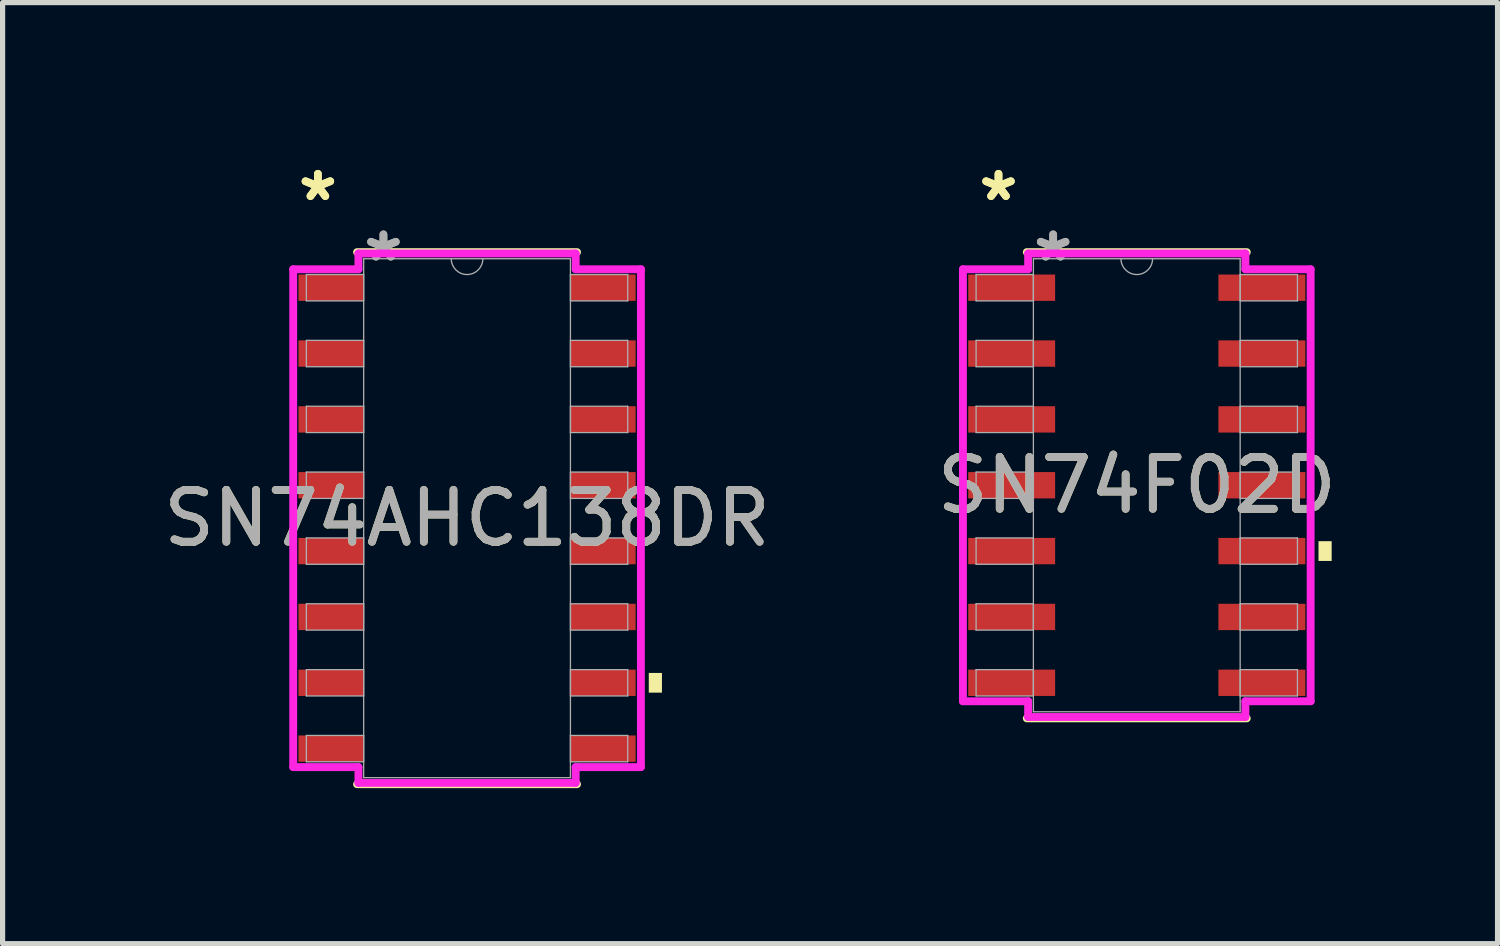
<source format=kicad_pcb>
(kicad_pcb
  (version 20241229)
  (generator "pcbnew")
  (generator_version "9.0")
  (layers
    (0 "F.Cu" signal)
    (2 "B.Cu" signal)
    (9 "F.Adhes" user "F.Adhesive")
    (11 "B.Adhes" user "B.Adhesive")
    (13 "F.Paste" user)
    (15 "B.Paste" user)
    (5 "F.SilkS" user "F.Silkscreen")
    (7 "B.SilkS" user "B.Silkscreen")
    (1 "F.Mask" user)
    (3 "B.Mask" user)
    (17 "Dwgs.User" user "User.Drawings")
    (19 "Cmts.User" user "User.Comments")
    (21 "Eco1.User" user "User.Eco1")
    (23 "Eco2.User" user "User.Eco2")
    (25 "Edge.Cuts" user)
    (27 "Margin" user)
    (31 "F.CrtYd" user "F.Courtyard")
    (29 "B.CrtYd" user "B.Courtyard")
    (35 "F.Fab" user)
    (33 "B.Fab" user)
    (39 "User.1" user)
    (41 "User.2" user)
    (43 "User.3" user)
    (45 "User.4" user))
  (footprint "SN74AHC138DR"
    (layer "F.Cu")
    (at 5.958 6.944)
    (property "Reference" "SN74AHC138DR" (at 0 0 0) (unlocked yes) (layer "F.SilkS") (effects (font (size 1 1) (thickness 0.15))))
    (attr smd)
    (fp_line (start -2.121 5.131) (end 2.121 5.131) (stroke (width 0.152) (type solid)) (layer "F.SilkS"))
    (fp_line (start 2.121 -5.131) (end -2.121 -5.131) (stroke (width 0.152) (type solid)) (layer "F.SilkS"))
    (fp_poly (pts (xy 3.759 2.985) (xy 3.759 3.365) (xy 3.505 3.365) (xy 3.505 2.985)) (stroke (width 0) (type solid)) (fill yes) (layer "F.SilkS"))
    (fp_line (start -3.353 -4.801) (end -2.095 -4.801) (stroke (width 0.152) (type solid)) (layer "F.CrtYd"))
    (fp_line (start -3.353 4.801) (end -3.353 -4.801) (stroke (width 0.152) (type solid)) (layer "F.CrtYd"))
    (fp_line (start -3.353 4.801) (end -2.095 4.801) (stroke (width 0.152) (type solid)) (layer "F.CrtYd"))
    (fp_line (start -2.095 -5.105) (end 2.095 -5.105) (stroke (width 0.152) (type solid)) (layer "F.CrtYd"))
    (fp_line (start -2.095 -4.801) (end -2.095 -5.105) (stroke (width 0.152) (type solid)) (layer "F.CrtYd"))
    (fp_line (start -2.095 5.105) (end -2.095 4.801) (stroke (width 0.152) (type solid)) (layer "F.CrtYd"))
    (fp_line (start 2.095 -5.105) (end 2.095 -4.801) (stroke (width 0.152) (type solid)) (layer "F.CrtYd"))
    (fp_line (start 2.095 4.801) (end 2.095 5.105) (stroke (width 0.152) (type solid)) (layer "F.CrtYd"))
    (fp_line (start 2.095 5.105) (end -2.095 5.105) (stroke (width 0.152) (type solid)) (layer "F.CrtYd"))
    (fp_line (start 3.353 -4.801) (end 2.095 -4.801) (stroke (width 0.152) (type solid)) (layer "F.CrtYd"))
    (fp_line (start 3.353 -4.801) (end 3.353 4.801) (stroke (width 0.152) (type solid)) (layer "F.CrtYd"))
    (fp_line (start 3.353 4.801) (end 2.095 4.801) (stroke (width 0.152) (type solid)) (layer "F.CrtYd"))
    (fp_line (start -3.099 -4.699) (end -3.099 -4.191) (stroke (width 0.025) (type solid)) (layer "F.Fab"))
    (fp_line (start -3.099 -4.191) (end -1.994 -4.191) (stroke (width 0.025) (type solid)) (layer "F.Fab"))
    (fp_line (start -3.099 -3.429) (end -3.099 -2.921) (stroke (width 0.025) (type solid)) (layer "F.Fab"))
    (fp_line (start -3.099 -2.921) (end -1.994 -2.921) (stroke (width 0.025) (type solid)) (layer "F.Fab"))
    (fp_line (start -3.099 -2.159) (end -3.099 -1.651) (stroke (width 0.025) (type solid)) (layer "F.Fab"))
    (fp_line (start -3.099 -1.651) (end -1.994 -1.651) (stroke (width 0.025) (type solid)) (layer "F.Fab"))
    (fp_line (start -3.099 -0.889) (end -3.099 -0.381) (stroke (width 0.025) (type solid)) (layer "F.Fab"))
    (fp_line (start -3.099 -0.381) (end -1.994 -0.381) (stroke (width 0.025) (type solid)) (layer "F.Fab"))
    (fp_line (start -3.099 0.381) (end -3.099 0.889) (stroke (width 0.025) (type solid)) (layer "F.Fab"))
    (fp_line (start -3.099 0.889) (end -1.994 0.889) (stroke (width 0.025) (type solid)) (layer "F.Fab"))
    (fp_line (start -3.099 1.651) (end -3.099 2.159) (stroke (width 0.025) (type solid)) (layer "F.Fab"))
    (fp_line (start -3.099 2.159) (end -1.994 2.159) (stroke (width 0.025) (type solid)) (layer "F.Fab"))
    (fp_line (start -3.099 2.921) (end -3.099 3.429) (stroke (width 0.025) (type solid)) (layer "F.Fab"))
    (fp_line (start -3.099 3.429) (end -1.994 3.429) (stroke (width 0.025) (type solid)) (layer "F.Fab"))
    (fp_line (start -3.099 4.191) (end -3.099 4.699) (stroke (width 0.025) (type solid)) (layer "F.Fab"))
    (fp_line (start -3.099 4.699) (end -1.994 4.699) (stroke (width 0.025) (type solid)) (layer "F.Fab"))
    (fp_line (start -1.994 -5.004) (end -1.994 5.004) (stroke (width 0.025) (type solid)) (layer "F.Fab"))
    (fp_line (start -1.994 -4.699) (end -3.099 -4.699) (stroke (width 0.025) (type solid)) (layer "F.Fab"))
    (fp_line (start -1.994 -4.191) (end -1.994 -4.699) (stroke (width 0.025) (type solid)) (layer "F.Fab"))
    (fp_line (start -1.994 -3.429) (end -3.099 -3.429) (stroke (width 0.025) (type solid)) (layer "F.Fab"))
    (fp_line (start -1.994 -2.921) (end -1.994 -3.429) (stroke (width 0.025) (type solid)) (layer "F.Fab"))
    (fp_line (start -1.994 -2.159) (end -3.099 -2.159) (stroke (width 0.025) (type solid)) (layer "F.Fab"))
    (fp_line (start -1.994 -1.651) (end -1.994 -2.159) (stroke (width 0.025) (type solid)) (layer "F.Fab"))
    (fp_line (start -1.994 -0.889) (end -3.099 -0.889) (stroke (width 0.025) (type solid)) (layer "F.Fab"))
    (fp_line (start -1.994 -0.381) (end -1.994 -0.889) (stroke (width 0.025) (type solid)) (layer "F.Fab"))
    (fp_line (start -1.994 0.381) (end -3.099 0.381) (stroke (width 0.025) (type solid)) (layer "F.Fab"))
    (fp_line (start -1.994 0.889) (end -1.994 0.381) (stroke (width 0.025) (type solid)) (layer "F.Fab"))
    (fp_line (start -1.994 1.651) (end -3.099 1.651) (stroke (width 0.025) (type solid)) (layer "F.Fab"))
    (fp_line (start -1.994 2.159) (end -1.994 1.651) (stroke (width 0.025) (type solid)) (layer "F.Fab"))
    (fp_line (start -1.994 2.921) (end -3.099 2.921) (stroke (width 0.025) (type solid)) (layer "F.Fab"))
    (fp_line (start -1.994 3.429) (end -1.994 2.921) (stroke (width 0.025) (type solid)) (layer "F.Fab"))
    (fp_line (start -1.994 4.191) (end -3.099 4.191) (stroke (width 0.025) (type solid)) (layer "F.Fab"))
    (fp_line (start -1.994 4.699) (end -1.994 4.191) (stroke (width 0.025) (type solid)) (layer "F.Fab"))
    (fp_line (start -1.994 5.004) (end 1.994 5.004) (stroke (width 0.025) (type solid)) (layer "F.Fab"))
    (fp_line (start 1.994 -5.004) (end -1.994 -5.004) (stroke (width 0.025) (type solid)) (layer "F.Fab"))
    (fp_line (start 1.994 -4.699) (end 1.994 -4.191) (stroke (width 0.025) (type solid)) (layer "F.Fab"))
    (fp_line (start 1.994 -4.191) (end 3.099 -4.191) (stroke (width 0.025) (type solid)) (layer "F.Fab"))
    (fp_line (start 1.994 -3.429) (end 1.994 -2.921) (stroke (width 0.025) (type solid)) (layer "F.Fab"))
    (fp_line (start 1.994 -2.921) (end 3.099 -2.921) (stroke (width 0.025) (type solid)) (layer "F.Fab"))
    (fp_line (start 1.994 -2.159) (end 1.994 -1.651) (stroke (width 0.025) (type solid)) (layer "F.Fab"))
    (fp_line (start 1.994 -1.651) (end 3.099 -1.651) (stroke (width 0.025) (type solid)) (layer "F.Fab"))
    (fp_line (start 1.994 -0.889) (end 1.994 -0.381) (stroke (width 0.025) (type solid)) (layer "F.Fab"))
    (fp_line (start 1.994 -0.381) (end 3.099 -0.381) (stroke (width 0.025) (type solid)) (layer "F.Fab"))
    (fp_line (start 1.994 0.381) (end 1.994 0.889) (stroke (width 0.025) (type solid)) (layer "F.Fab"))
    (fp_line (start 1.994 0.889) (end 3.099 0.889) (stroke (width 0.025) (type solid)) (layer "F.Fab"))
    (fp_line (start 1.994 1.651) (end 1.994 2.159) (stroke (width 0.025) (type solid)) (layer "F.Fab"))
    (fp_line (start 1.994 2.159) (end 3.099 2.159) (stroke (width 0.025) (type solid)) (layer "F.Fab"))
    (fp_line (start 1.994 2.921) (end 1.994 3.429) (stroke (width 0.025) (type solid)) (layer "F.Fab"))
    (fp_line (start 1.994 3.429) (end 3.099 3.429) (stroke (width 0.025) (type solid)) (layer "F.Fab"))
    (fp_line (start 1.994 4.191) (end 1.994 4.699) (stroke (width 0.025) (type solid)) (layer "F.Fab"))
    (fp_line (start 1.994 4.699) (end 3.099 4.699) (stroke (width 0.025) (type solid)) (layer "F.Fab"))
    (fp_line (start 1.994 5.004) (end 1.994 -5.004) (stroke (width 0.025) (type solid)) (layer "F.Fab"))
    (fp_line (start 3.099 -4.699) (end 1.994 -4.699) (stroke (width 0.025) (type solid)) (layer "F.Fab"))
    (fp_line (start 3.099 -4.191) (end 3.099 -4.699) (stroke (width 0.025) (type solid)) (layer "F.Fab"))
    (fp_line (start 3.099 -3.429) (end 1.994 -3.429) (stroke (width 0.025) (type solid)) (layer "F.Fab"))
    (fp_line (start 3.099 -2.921) (end 3.099 -3.429) (stroke (width 0.025) (type solid)) (layer "F.Fab"))
    (fp_line (start 3.099 -2.159) (end 1.994 -2.159) (stroke (width 0.025) (type solid)) (layer "F.Fab"))
    (fp_line (start 3.099 -1.651) (end 3.099 -2.159) (stroke (width 0.025) (type solid)) (layer "F.Fab"))
    (fp_line (start 3.099 -0.889) (end 1.994 -0.889) (stroke (width 0.025) (type solid)) (layer "F.Fab"))
    (fp_line (start 3.099 -0.381) (end 3.099 -0.889) (stroke (width 0.025) (type solid)) (layer "F.Fab"))
    (fp_line (start 3.099 0.381) (end 1.994 0.381) (stroke (width 0.025) (type solid)) (layer "F.Fab"))
    (fp_line (start 3.099 0.889) (end 3.099 0.381) (stroke (width 0.025) (type solid)) (layer "F.Fab"))
    (fp_line (start 3.099 1.651) (end 1.994 1.651) (stroke (width 0.025) (type solid)) (layer "F.Fab"))
    (fp_line (start 3.099 2.159) (end 3.099 1.651) (stroke (width 0.025) (type solid)) (layer "F.Fab"))
    (fp_line (start 3.099 2.921) (end 1.994 2.921) (stroke (width 0.025) (type solid)) (layer "F.Fab"))
    (fp_line (start 3.099 3.429) (end 3.099 2.921) (stroke (width 0.025) (type solid)) (layer "F.Fab"))
    (fp_line (start 3.099 4.191) (end 1.994 4.191) (stroke (width 0.025) (type solid)) (layer "F.Fab"))
    (fp_line (start 3.099 4.699) (end 3.099 4.191) (stroke (width 0.025) (type solid)) (layer "F.Fab"))
    (fp_arc (start 0.3048 -5.0038) (mid 0 -4.699) (end -0.3048 -5.0038) (stroke (width 0.0254) (type solid)) (layer "F.Fab"))
    (fp_text user "*" (at -2.877 -6.096 0) (unlocked yes) (layer "F.SilkS") (effects (font (size 1 1) (thickness 0.15))))
    (fp_text user "*" (at -2.877 -6.096 0) (layer "F.SilkS") (effects (font (size 1 1) (thickness 0.15))))
    (fp_text user "*" (at -1.613 -4.928 0) (unlocked yes) (layer "F.Fab") (effects (font (size 1 1) (thickness 0.15))))
    (fp_text user "*" (at -1.613 -4.928 0) (layer "F.Fab") (effects (font (size 1 1) (thickness 0.15))))
    (fp_text user "${REFERENCE}" (at 0 0 0) (unlocked yes) (layer "F.Fab") (effects (font (size 1 1) (thickness 0.15))))
    (pad "1" smd rect (at -2.623 -4.445) (size 1.257 0.508) (layers "F.Cu" "F.Mask" "F.Paste"))
    (pad "2" smd rect (at -2.623 -3.175) (size 1.257 0.508) (layers "F.Cu" "F.Mask" "F.Paste"))
    (pad "3" smd rect (at -2.623 -1.905) (size 1.257 0.508) (layers "F.Cu" "F.Mask" "F.Paste"))
    (pad "4" smd rect (at -2.623 -0.635) (size 1.257 0.508) (layers "F.Cu" "F.Mask" "F.Paste"))
    (pad "5" smd rect (at -2.623 0.635) (size 1.257 0.508) (layers "F.Cu" "F.Mask" "F.Paste"))
    (pad "6" smd rect (at -2.623 1.905) (size 1.257 0.508) (layers "F.Cu" "F.Mask" "F.Paste"))
    (pad "7" smd rect (at -2.623 3.175) (size 1.257 0.508) (layers "F.Cu" "F.Mask" "F.Paste"))
    (pad "8" smd rect (at -2.623 4.445) (size 1.257 0.508) (layers "F.Cu" "F.Mask" "F.Paste"))
    (pad "9" smd rect (at 2.623 4.445) (size 1.257 0.508) (layers "F.Cu" "F.Mask" "F.Paste"))
    (pad "10" smd rect (at 2.623 3.175) (size 1.257 0.508) (layers "F.Cu" "F.Mask" "F.Paste"))
    (pad "11" smd rect (at 2.623 1.905) (size 1.257 0.508) (layers "F.Cu" "F.Mask" "F.Paste"))
    (pad "12" smd rect (at 2.623 0.635) (size 1.257 0.508) (layers "F.Cu" "F.Mask" "F.Paste"))
    (pad "13" smd rect (at 2.623 -0.635) (size 1.257 0.508) (layers "F.Cu" "F.Mask" "F.Paste"))
    (pad "14" smd rect (at 2.623 -1.905) (size 1.257 0.508) (layers "F.Cu" "F.Mask" "F.Paste"))
    (pad "15" smd rect (at 2.623 -3.175) (size 1.257 0.508) (layers "F.Cu" "F.Mask" "F.Paste"))
    (pad "16" smd rect (at 2.623 -4.445) (size 1.257 0.508) (layers "F.Cu" "F.Mask" "F.Paste")))
  (footprint "SN74F02D"
    (layer "F.Cu")
    (at 18.875 6.309)
    (property "Reference" "SN74F02D" (at 0 0 0) (unlocked yes) (layer "F.SilkS") (effects (font (size 1 1) (thickness 0.15))))
    (attr smd)
    (fp_line (start -2.121 4.496) (end 2.121 4.496) (stroke (width 0.152) (type solid)) (layer "F.SilkS"))
    (fp_line (start 2.121 -4.496) (end -2.121 -4.496) (stroke (width 0.152) (type solid)) (layer "F.SilkS"))
    (fp_poly (pts (xy 3.759 1.079) (xy 3.759 1.46) (xy 3.505 1.46) (xy 3.505 1.079)) (stroke (width 0) (type solid)) (fill yes) (layer "F.SilkS"))
    (fp_line (start -3.353 -4.166) (end -2.095 -4.166) (stroke (width 0.152) (type solid)) (layer "F.CrtYd"))
    (fp_line (start -3.353 4.166) (end -3.353 -4.166) (stroke (width 0.152) (type solid)) (layer "F.CrtYd"))
    (fp_line (start -3.353 4.166) (end -2.095 4.166) (stroke (width 0.152) (type solid)) (layer "F.CrtYd"))
    (fp_line (start -2.095 -4.47) (end 2.095 -4.47) (stroke (width 0.152) (type solid)) (layer "F.CrtYd"))
    (fp_line (start -2.095 -4.166) (end -2.095 -4.47) (stroke (width 0.152) (type solid)) (layer "F.CrtYd"))
    (fp_line (start -2.095 4.47) (end -2.095 4.166) (stroke (width 0.152) (type solid)) (layer "F.CrtYd"))
    (fp_line (start 2.095 -4.47) (end 2.095 -4.166) (stroke (width 0.152) (type solid)) (layer "F.CrtYd"))
    (fp_line (start 2.095 4.166) (end 2.095 4.47) (stroke (width 0.152) (type solid)) (layer "F.CrtYd"))
    (fp_line (start 2.095 4.47) (end -2.095 4.47) (stroke (width 0.152) (type solid)) (layer "F.CrtYd"))
    (fp_line (start 3.353 -4.166) (end 2.095 -4.166) (stroke (width 0.152) (type solid)) (layer "F.CrtYd"))
    (fp_line (start 3.353 -4.166) (end 3.353 4.166) (stroke (width 0.152) (type solid)) (layer "F.CrtYd"))
    (fp_line (start 3.353 4.166) (end 2.095 4.166) (stroke (width 0.152) (type solid)) (layer "F.CrtYd"))
    (fp_line (start -3.099 -4.064) (end -3.099 -3.556) (stroke (width 0.025) (type solid)) (layer "F.Fab"))
    (fp_line (start -3.099 -3.556) (end -1.994 -3.556) (stroke (width 0.025) (type solid)) (layer "F.Fab"))
    (fp_line (start -3.099 -2.794) (end -3.099 -2.286) (stroke (width 0.025) (type solid)) (layer "F.Fab"))
    (fp_line (start -3.099 -2.286) (end -1.994 -2.286) (stroke (width 0.025) (type solid)) (layer "F.Fab"))
    (fp_line (start -3.099 -1.524) (end -3.099 -1.016) (stroke (width 0.025) (type solid)) (layer "F.Fab"))
    (fp_line (start -3.099 -1.016) (end -1.994 -1.016) (stroke (width 0.025) (type solid)) (layer "F.Fab"))
    (fp_line (start -3.099 -0.254) (end -3.099 0.254) (stroke (width 0.025) (type solid)) (layer "F.Fab"))
    (fp_line (start -3.099 0.254) (end -1.994 0.254) (stroke (width 0.025) (type solid)) (layer "F.Fab"))
    (fp_line (start -3.099 1.016) (end -3.099 1.524) (stroke (width 0.025) (type solid)) (layer "F.Fab"))
    (fp_line (start -3.099 1.524) (end -1.994 1.524) (stroke (width 0.025) (type solid)) (layer "F.Fab"))
    (fp_line (start -3.099 2.286) (end -3.099 2.794) (stroke (width 0.025) (type solid)) (layer "F.Fab"))
    (fp_line (start -3.099 2.794) (end -1.994 2.794) (stroke (width 0.025) (type solid)) (layer "F.Fab"))
    (fp_line (start -3.099 3.556) (end -3.099 4.064) (stroke (width 0.025) (type solid)) (layer "F.Fab"))
    (fp_line (start -3.099 4.064) (end -1.994 4.064) (stroke (width 0.025) (type solid)) (layer "F.Fab"))
    (fp_line (start -1.994 -4.369) (end -1.994 4.369) (stroke (width 0.025) (type solid)) (layer "F.Fab"))
    (fp_line (start -1.994 -4.064) (end -3.099 -4.064) (stroke (width 0.025) (type solid)) (layer "F.Fab"))
    (fp_line (start -1.994 -3.556) (end -1.994 -4.064) (stroke (width 0.025) (type solid)) (layer "F.Fab"))
    (fp_line (start -1.994 -2.794) (end -3.099 -2.794) (stroke (width 0.025) (type solid)) (layer "F.Fab"))
    (fp_line (start -1.994 -2.286) (end -1.994 -2.794) (stroke (width 0.025) (type solid)) (layer "F.Fab"))
    (fp_line (start -1.994 -1.524) (end -3.099 -1.524) (stroke (width 0.025) (type solid)) (layer "F.Fab"))
    (fp_line (start -1.994 -1.016) (end -1.994 -1.524) (stroke (width 0.025) (type solid)) (layer "F.Fab"))
    (fp_line (start -1.994 -0.254) (end -3.099 -0.254) (stroke (width 0.025) (type solid)) (layer "F.Fab"))
    (fp_line (start -1.994 0.254) (end -1.994 -0.254) (stroke (width 0.025) (type solid)) (layer "F.Fab"))
    (fp_line (start -1.994 1.016) (end -3.099 1.016) (stroke (width 0.025) (type solid)) (layer "F.Fab"))
    (fp_line (start -1.994 1.524) (end -1.994 1.016) (stroke (width 0.025) (type solid)) (layer "F.Fab"))
    (fp_line (start -1.994 2.286) (end -3.099 2.286) (stroke (width 0.025) (type solid)) (layer "F.Fab"))
    (fp_line (start -1.994 2.794) (end -1.994 2.286) (stroke (width 0.025) (type solid)) (layer "F.Fab"))
    (fp_line (start -1.994 3.556) (end -3.099 3.556) (stroke (width 0.025) (type solid)) (layer "F.Fab"))
    (fp_line (start -1.994 4.064) (end -1.994 3.556) (stroke (width 0.025) (type solid)) (layer "F.Fab"))
    (fp_line (start -1.994 4.369) (end 1.994 4.369) (stroke (width 0.025) (type solid)) (layer "F.Fab"))
    (fp_line (start 1.994 -4.369) (end -1.994 -4.369) (stroke (width 0.025) (type solid)) (layer "F.Fab"))
    (fp_line (start 1.994 -4.064) (end 1.994 -3.556) (stroke (width 0.025) (type solid)) (layer "F.Fab"))
    (fp_line (start 1.994 -3.556) (end 3.099 -3.556) (stroke (width 0.025) (type solid)) (layer "F.Fab"))
    (fp_line (start 1.994 -2.794) (end 1.994 -2.286) (stroke (width 0.025) (type solid)) (layer "F.Fab"))
    (fp_line (start 1.994 -2.286) (end 3.099 -2.286) (stroke (width 0.025) (type solid)) (layer "F.Fab"))
    (fp_line (start 1.994 -1.524) (end 1.994 -1.016) (stroke (width 0.025) (type solid)) (layer "F.Fab"))
    (fp_line (start 1.994 -1.016) (end 3.099 -1.016) (stroke (width 0.025) (type solid)) (layer "F.Fab"))
    (fp_line (start 1.994 -0.254) (end 1.994 0.254) (stroke (width 0.025) (type solid)) (layer "F.Fab"))
    (fp_line (start 1.994 0.254) (end 3.099 0.254) (stroke (width 0.025) (type solid)) (layer "F.Fab"))
    (fp_line (start 1.994 1.016) (end 1.994 1.524) (stroke (width 0.025) (type solid)) (layer "F.Fab"))
    (fp_line (start 1.994 1.524) (end 3.099 1.524) (stroke (width 0.025) (type solid)) (layer "F.Fab"))
    (fp_line (start 1.994 2.286) (end 1.994 2.794) (stroke (width 0.025) (type solid)) (layer "F.Fab"))
    (fp_line (start 1.994 2.794) (end 3.099 2.794) (stroke (width 0.025) (type solid)) (layer "F.Fab"))
    (fp_line (start 1.994 3.556) (end 1.994 4.064) (stroke (width 0.025) (type solid)) (layer "F.Fab"))
    (fp_line (start 1.994 4.064) (end 3.099 4.064) (stroke (width 0.025) (type solid)) (layer "F.Fab"))
    (fp_line (start 1.994 4.369) (end 1.994 -4.369) (stroke (width 0.025) (type solid)) (layer "F.Fab"))
    (fp_line (start 3.099 -4.064) (end 1.994 -4.064) (stroke (width 0.025) (type solid)) (layer "F.Fab"))
    (fp_line (start 3.099 -3.556) (end 3.099 -4.064) (stroke (width 0.025) (type solid)) (layer "F.Fab"))
    (fp_line (start 3.099 -2.794) (end 1.994 -2.794) (stroke (width 0.025) (type solid)) (layer "F.Fab"))
    (fp_line (start 3.099 -2.286) (end 3.099 -2.794) (stroke (width 0.025) (type solid)) (layer "F.Fab"))
    (fp_line (start 3.099 -1.524) (end 1.994 -1.524) (stroke (width 0.025) (type solid)) (layer "F.Fab"))
    (fp_line (start 3.099 -1.016) (end 3.099 -1.524) (stroke (width 0.025) (type solid)) (layer "F.Fab"))
    (fp_line (start 3.099 -0.254) (end 1.994 -0.254) (stroke (width 0.025) (type solid)) (layer "F.Fab"))
    (fp_line (start 3.099 0.254) (end 3.099 -0.254) (stroke (width 0.025) (type solid)) (layer "F.Fab"))
    (fp_line (start 3.099 1.016) (end 1.994 1.016) (stroke (width 0.025) (type solid)) (layer "F.Fab"))
    (fp_line (start 3.099 1.524) (end 3.099 1.016) (stroke (width 0.025) (type solid)) (layer "F.Fab"))
    (fp_line (start 3.099 2.286) (end 1.994 2.286) (stroke (width 0.025) (type solid)) (layer "F.Fab"))
    (fp_line (start 3.099 2.794) (end 3.099 2.286) (stroke (width 0.025) (type solid)) (layer "F.Fab"))
    (fp_line (start 3.099 3.556) (end 1.994 3.556) (stroke (width 0.025) (type solid)) (layer "F.Fab"))
    (fp_line (start 3.099 4.064) (end 3.099 3.556) (stroke (width 0.025) (type solid)) (layer "F.Fab"))
    (fp_arc (start 0.3048 -4.3688) (mid 0 -4.064) (end -0.3048 -4.3688) (stroke (width 0.0254) (type solid)) (layer "F.Fab"))
    (fp_text user "*" (at -2.667 -5.461 0) (layer "F.SilkS") (effects (font (size 1 1) (thickness 0.15))))
    (fp_text user "*" (at -2.667 -5.461 0) (unlocked yes) (layer "F.SilkS") (effects (font (size 1 1) (thickness 0.15))))
    (fp_text user "*" (at -1.613 -4.293 0) (unlocked yes) (layer "F.Fab") (effects (font (size 1 1) (thickness 0.15))))
    (fp_text user "${REFERENCE}" (at 0 0 0) (unlocked yes) (layer "F.Fab") (effects (font (size 1 1) (thickness 0.15))))
    (fp_text user "*" (at -1.613 -4.293 0) (layer "F.Fab") (effects (font (size 1 1) (thickness 0.15))))
    (pad "1" smd rect (at -2.413 -3.81) (size 1.676 0.508) (layers "F.Cu" "F.Mask" "F.Paste"))
    (pad "2" smd rect (at -2.413 -2.54) (size 1.676 0.508) (layers "F.Cu" "F.Mask" "F.Paste"))
    (pad "3" smd rect (at -2.413 -1.27) (size 1.676 0.508) (layers "F.Cu" "F.Mask" "F.Paste"))
    (pad "4" smd rect (at -2.413 0) (size 1.676 0.508) (layers "F.Cu" "F.Mask" "F.Paste"))
    (pad "5" smd rect (at -2.413 1.27) (size 1.676 0.508) (layers "F.Cu" "F.Mask" "F.Paste"))
    (pad "6" smd rect (at -2.413 2.54) (size 1.676 0.508) (layers "F.Cu" "F.Mask" "F.Paste"))
    (pad "7" smd rect (at -2.413 3.81) (size 1.676 0.508) (layers "F.Cu" "F.Mask" "F.Paste"))
    (pad "8" smd rect (at 2.413 3.81) (size 1.676 0.508) (layers "F.Cu" "F.Mask" "F.Paste"))
    (pad "9" smd rect (at 2.413 2.54) (size 1.676 0.508) (layers "F.Cu" "F.Mask" "F.Paste"))
    (pad "10" smd rect (at 2.413 1.27) (size 1.676 0.508) (layers "F.Cu" "F.Mask" "F.Paste"))
    (pad "11" smd rect (at 2.413 0) (size 1.676 0.508) (layers "F.Cu" "F.Mask" "F.Paste"))
    (pad "12" smd rect (at 2.413 -1.27) (size 1.676 0.508) (layers "F.Cu" "F.Mask" "F.Paste"))
    (pad "13" smd rect (at 2.413 -2.54) (size 1.676 0.508) (layers "F.Cu" "F.Mask" "F.Paste"))
    (pad "14" smd rect (at 2.413 -3.81) (size 1.676 0.508) (layers "F.Cu" "F.Mask" "F.Paste")))
  (gr_rect
    (start -3 -3)
    (end 25.833 15.151)
    (stroke (width 0.1) (type default))
    (fill no)
    (layer "Edge.Cuts")))
</source>
